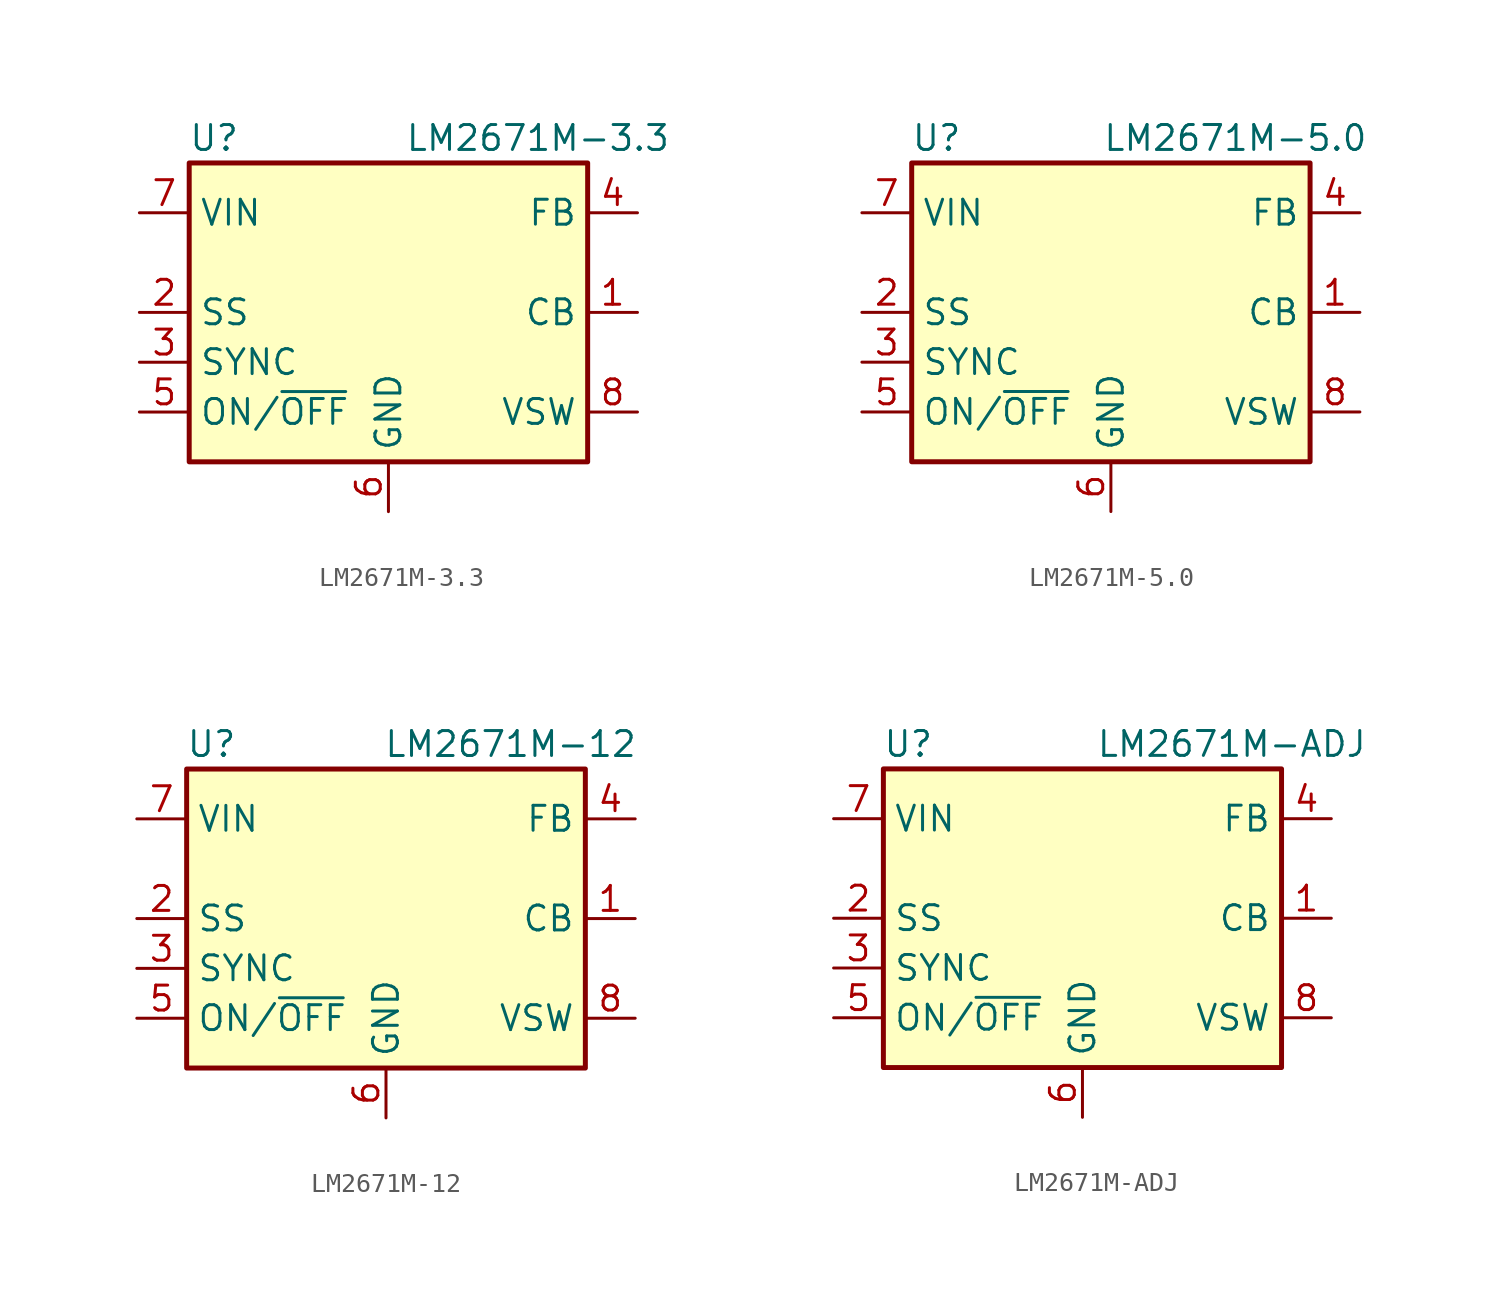
<source format=kicad_sym>
(kicad_symbol_lib
  (version 20211014)
  (generator kicad_symbol_editor)
  (symbol "LM2671M-3.3"
    (property "Reference" "U"
      (at -8.89 8.89 0)
      (effects (font (size 1.27 1.27))))
    (property "Value" "LM2671M-3.3"
      (at 7.62 8.89 0)
      (effects (font (size 1.27 1.27))))
    (symbol "LM2671M-3.3_0_1"
      (rectangle (start -10.16 7.62) (end 10.16 -7.62) (stroke (width 0.254) (type default) (color 0 0 0 0)) (fill (type background))))
    (symbol "LM2671M-3.3_1_1"
      (pin input line (at 12.7 0 180) (length 2.54) (name "CB" (effects (font (size 1.27 1.27)))) (number "1" (effects (font (size 1.27 1.27)))))
      (pin input line (at -12.7 0 0) (length 2.54) (name "SS" (effects (font (size 1.27 1.27)))) (number "2" (effects (font (size 1.27 1.27)))))
      (pin input line (at -12.7 -2.54 0) (length 2.54) (name "SYNC" (effects (font (size 1.27 1.27)))) (number "3" (effects (font (size 1.27 1.27)))))
      (pin input line (at 12.7 5.08 180) (length 2.54) (name "FB" (effects (font (size 1.27 1.27)))) (number "4" (effects (font (size 1.27 1.27)))))
      (pin input line (at -12.7 -5.08 0) (length 2.54) (name "ON/~{OFF}" (effects (font (size 1.27 1.27)))) (number "5" (effects (font (size 1.27 1.27)))))
      (pin power_in line (at 0 -10.16 90) (length 2.54) (name "GND" (effects (font (size 1.27 1.27)))) (number "6" (effects (font (size 1.27 1.27)))))
      (pin power_in line (at -12.7 5.08 0) (length 2.54) (name "VIN" (effects (font (size 1.27 1.27)))) (number "7" (effects (font (size 1.27 1.27)))))
      (pin output line (at 12.7 -5.08 180) (length 2.54) (name "VSW" (effects (font (size 1.27 1.27)))) (number "8" (effects (font (size 1.27 1.27)))))))
  (symbol "LM2671M-5.0"
    (property "Reference" "U"
      (at -8.89 8.89 0)
      (effects (font (size 1.27 1.27))))
    (property "Value" "LM2671M-5.0"
      (at 6.35 8.89 0)
      (effects (font (size 1.27 1.27))))
    (symbol "LM2671M-5.0_0_1"
      (rectangle (start -10.16 7.62) (end 10.16 -7.62) (stroke (width 0.254) (type default) (color 0 0 0 0)) (fill (type background))))
    (symbol "LM2671M-5.0_1_1"
      (pin input line (at 12.7 0 180) (length 2.54) (name "CB" (effects (font (size 1.27 1.27)))) (number "1" (effects (font (size 1.27 1.27)))))
      (pin input line (at -12.7 0 0) (length 2.54) (name "SS" (effects (font (size 1.27 1.27)))) (number "2" (effects (font (size 1.27 1.27)))))
      (pin input line (at -12.7 -2.54 0) (length 2.54) (name "SYNC" (effects (font (size 1.27 1.27)))) (number "3" (effects (font (size 1.27 1.27)))))
      (pin input line (at 12.7 5.08 180) (length 2.54) (name "FB" (effects (font (size 1.27 1.27)))) (number "4" (effects (font (size 1.27 1.27)))))
      (pin input line (at -12.7 -5.08 0) (length 2.54) (name "ON/~{OFF}" (effects (font (size 1.27 1.27)))) (number "5" (effects (font (size 1.27 1.27)))))
      (pin power_in line (at 0 -10.16 90) (length 2.54) (name "GND" (effects (font (size 1.27 1.27)))) (number "6" (effects (font (size 1.27 1.27)))))
      (pin power_in line (at -12.7 5.08 0) (length 2.54) (name "VIN" (effects (font (size 1.27 1.27)))) (number "7" (effects (font (size 1.27 1.27)))))
      (pin output line (at 12.7 -5.08 180) (length 2.54) (name "VSW" (effects (font (size 1.27 1.27)))) (number "8" (effects (font (size 1.27 1.27)))))))
  (symbol "LM2671M-12"
    (property "Reference" "U"
      (at -8.89 8.89 0)
      (effects (font (size 1.27 1.27))))
    (property "Value" "LM2671M-12"
      (at 6.35 8.89 0)
      (effects (font (size 1.27 1.27))))
    (symbol "LM2671M-12_0_1"
      (rectangle (start -10.16 7.62) (end 10.16 -7.62) (stroke (width 0.254) (type default) (color 0 0 0 0)) (fill (type background))))
    (symbol "LM2671M-12_1_1"
      (pin input line (at 12.7 0 180) (length 2.54) (name "CB" (effects (font (size 1.27 1.27)))) (number "1" (effects (font (size 1.27 1.27)))))
      (pin input line (at -12.7 0 0) (length 2.54) (name "SS" (effects (font (size 1.27 1.27)))) (number "2" (effects (font (size 1.27 1.27)))))
      (pin input line (at -12.7 -2.54 0) (length 2.54) (name "SYNC" (effects (font (size 1.27 1.27)))) (number "3" (effects (font (size 1.27 1.27)))))
      (pin input line (at 12.7 5.08 180) (length 2.54) (name "FB" (effects (font (size 1.27 1.27)))) (number "4" (effects (font (size 1.27 1.27)))))
      (pin input line (at -12.7 -5.08 0) (length 2.54) (name "ON/~{OFF}" (effects (font (size 1.27 1.27)))) (number "5" (effects (font (size 1.27 1.27)))))
      (pin power_in line (at 0 -10.16 90) (length 2.54) (name "GND" (effects (font (size 1.27 1.27)))) (number "6" (effects (font (size 1.27 1.27)))))
      (pin power_in line (at -12.7 5.08 0) (length 2.54) (name "VIN" (effects (font (size 1.27 1.27)))) (number "7" (effects (font (size 1.27 1.27)))))
      (pin output line (at 12.7 -5.08 180) (length 2.54) (name "VSW" (effects (font (size 1.27 1.27)))) (number "8" (effects (font (size 1.27 1.27)))))))
  (symbol "LM2671M-ADJ"
    (property "Reference" "U"
      (at -8.89 8.89 0)
      (effects (font (size 1.27 1.27))))
    (property "Value" "LM2671M-ADJ"
      (at 7.62 8.89 0)
      (effects (font (size 1.27 1.27))))
    (symbol "LM2671M-ADJ_0_1"
      (rectangle (start -10.16 7.62) (end 10.16 -7.62) (stroke (width 0.254) (type default) (color 0 0 0 0)) (fill (type background))))
    (symbol "LM2671M-ADJ_1_1"
      (pin input line (at 12.7 0 180) (length 2.54) (name "CB" (effects (font (size 1.27 1.27)))) (number "1" (effects (font (size 1.27 1.27)))))
      (pin input line (at -12.7 0 0) (length 2.54) (name "SS" (effects (font (size 1.27 1.27)))) (number "2" (effects (font (size 1.27 1.27)))))
      (pin input line (at -12.7 -2.54 0) (length 2.54) (name "SYNC" (effects (font (size 1.27 1.27)))) (number "3" (effects (font (size 1.27 1.27)))))
      (pin input line (at 12.7 5.08 180) (length 2.54) (name "FB" (effects (font (size 1.27 1.27)))) (number "4" (effects (font (size 1.27 1.27)))))
      (pin input line (at -12.7 -5.08 0) (length 2.54) (name "ON/~{OFF}" (effects (font (size 1.27 1.27)))) (number "5" (effects (font (size 1.27 1.27)))))
      (pin power_in line (at 0 -10.16 90) (length 2.54) (name "GND" (effects (font (size 1.27 1.27)))) (number "6" (effects (font (size 1.27 1.27)))))
      (pin power_in line (at -12.7 5.08 0) (length 2.54) (name "VIN" (effects (font (size 1.27 1.27)))) (number "7" (effects (font (size 1.27 1.27)))))
      (pin output line (at 12.7 -5.08 180) (length 2.54) (name "VSW" (effects (font (size 1.27 1.27)))) (number "8" (effects (font (size 1.27 1.27))))))))
</source>
